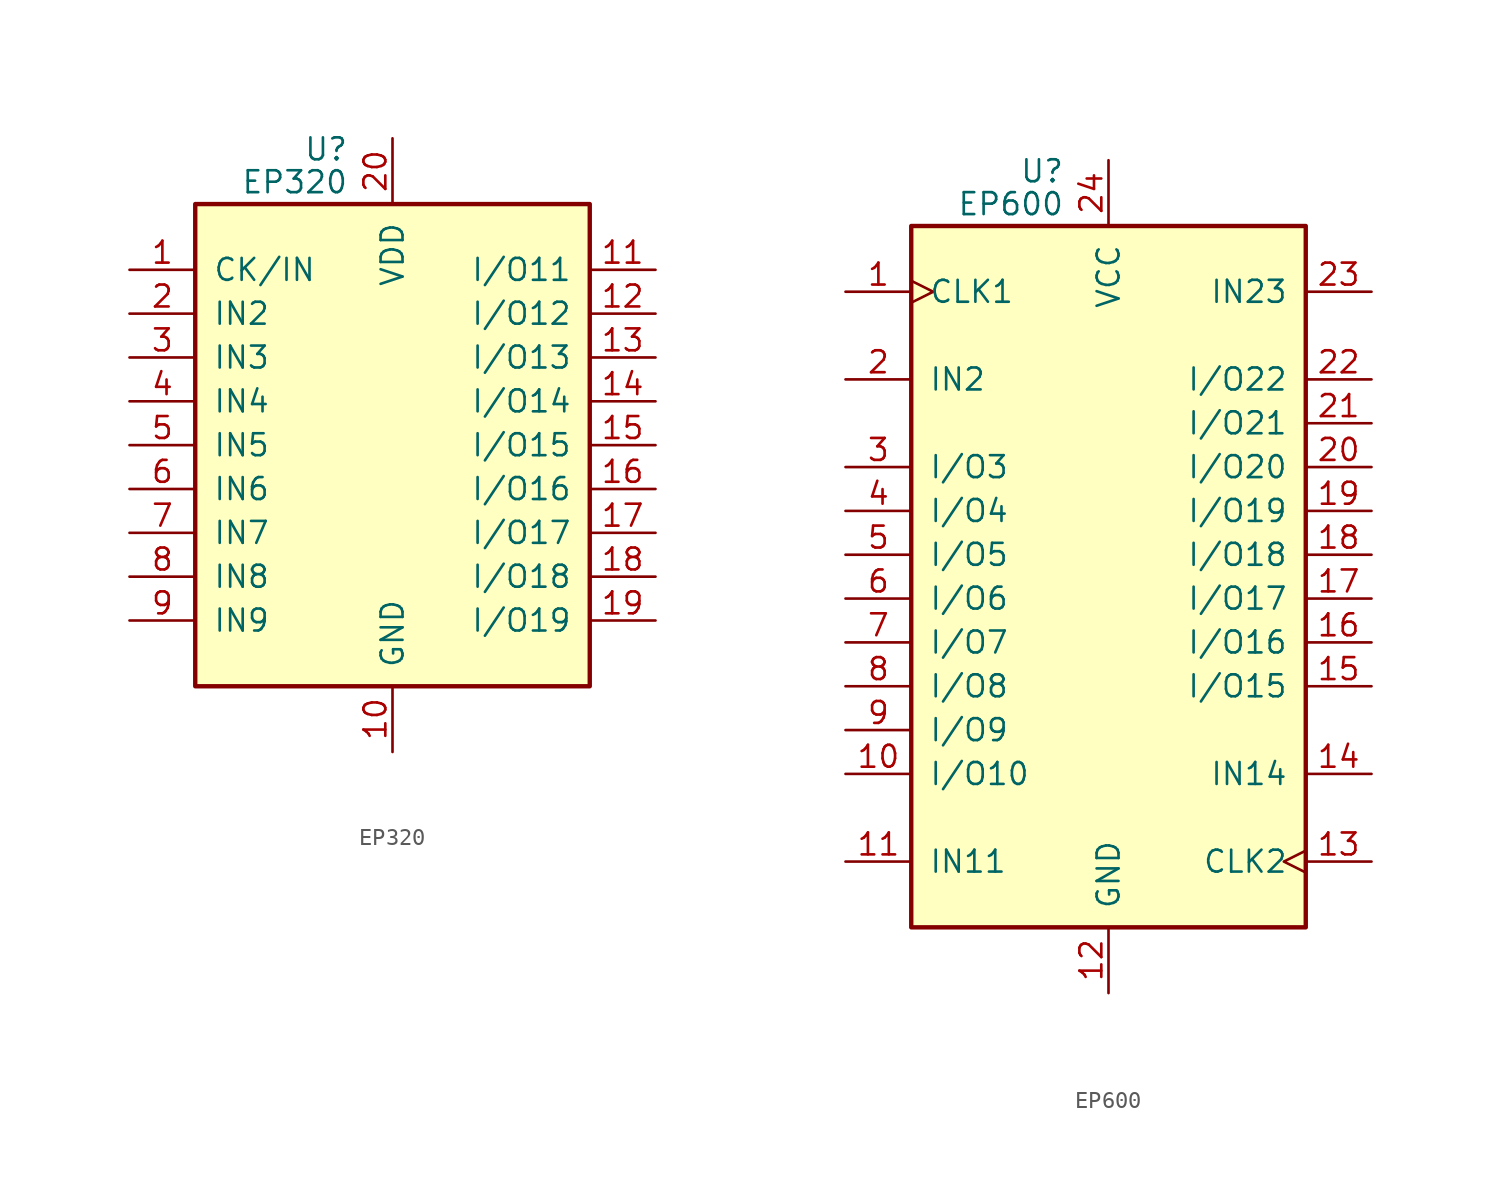
<source format=kicad_sym>
(kicad_symbol_lib
  (version 20211014)
  (generator kicad_symbol_editor)
  (symbol "EP320"
    (pin_names
      (offset 1.016))
    (property "Reference" "U"
      (at -2.54 17.145 0)
      (effects (font (size 1.27 1.27)) (justify right)))
    (property "Value" "EP320"
      (at -2.54 15.24 0)
      (effects (font (size 1.27 1.27)) (justify right)))
    (symbol "EP320_0_1"
      (rectangle (start -11.43 -13.97) (end 11.43 13.97) (stroke (width 0.254) (type default) (color 0 0 0 0)) (fill (type background))))
    (symbol "EP320_1_1"
      (pin input line (at -15.24 10.16 0) (length 3.81) (name "CK/IN" (effects (font (size 1.27 1.27)))) (number "1" (effects (font (size 1.27 1.27)))))
      (pin power_in line (at 0 -17.78 90) (length 3.81) (name "GND" (effects (font (size 1.27 1.27)))) (number "10" (effects (font (size 1.27 1.27)))))
      (pin bidirectional line (at 15.24 10.16 180) (length 3.81) (name "I/O11" (effects (font (size 1.27 1.27)))) (number "11" (effects (font (size 1.27 1.27)))))
      (pin bidirectional line (at 15.24 7.62 180) (length 3.81) (name "I/O12" (effects (font (size 1.27 1.27)))) (number "12" (effects (font (size 1.27 1.27)))))
      (pin bidirectional line (at 15.24 5.08 180) (length 3.81) (name "I/O13" (effects (font (size 1.27 1.27)))) (number "13" (effects (font (size 1.27 1.27)))))
      (pin bidirectional line (at 15.24 2.54 180) (length 3.81) (name "I/O14" (effects (font (size 1.27 1.27)))) (number "14" (effects (font (size 1.27 1.27)))))
      (pin bidirectional line (at 15.24 0 180) (length 3.81) (name "I/O15" (effects (font (size 1.27 1.27)))) (number "15" (effects (font (size 1.27 1.27)))))
      (pin bidirectional line (at 15.24 -2.54 180) (length 3.81) (name "I/O16" (effects (font (size 1.27 1.27)))) (number "16" (effects (font (size 1.27 1.27)))))
      (pin bidirectional line (at 15.24 -5.08 180) (length 3.81) (name "I/O17" (effects (font (size 1.27 1.27)))) (number "17" (effects (font (size 1.27 1.27)))))
      (pin bidirectional line (at 15.24 -7.62 180) (length 3.81) (name "I/O18" (effects (font (size 1.27 1.27)))) (number "18" (effects (font (size 1.27 1.27)))))
      (pin bidirectional line (at 15.24 -10.16 180) (length 3.81) (name "I/O19" (effects (font (size 1.27 1.27)))) (number "19" (effects (font (size 1.27 1.27)))))
      (pin input line (at -15.24 7.62 0) (length 3.81) (name "IN2" (effects (font (size 1.27 1.27)))) (number "2" (effects (font (size 1.27 1.27)))))
      (pin power_in line (at 0 17.78 270) (length 3.81) (name "VDD" (effects (font (size 1.27 1.27)))) (number "20" (effects (font (size 1.27 1.27)))))
      (pin input line (at -15.24 5.08 0) (length 3.81) (name "IN3" (effects (font (size 1.27 1.27)))) (number "3" (effects (font (size 1.27 1.27)))))
      (pin input line (at -15.24 2.54 0) (length 3.81) (name "IN4" (effects (font (size 1.27 1.27)))) (number "4" (effects (font (size 1.27 1.27)))))
      (pin input line (at -15.24 0 0) (length 3.81) (name "IN5" (effects (font (size 1.27 1.27)))) (number "5" (effects (font (size 1.27 1.27)))))
      (pin input line (at -15.24 -2.54 0) (length 3.81) (name "IN6" (effects (font (size 1.27 1.27)))) (number "6" (effects (font (size 1.27 1.27)))))
      (pin input line (at -15.24 -5.08 0) (length 3.81) (name "IN7" (effects (font (size 1.27 1.27)))) (number "7" (effects (font (size 1.27 1.27)))))
      (pin input line (at -15.24 -7.62 0) (length 3.81) (name "IN8" (effects (font (size 1.27 1.27)))) (number "8" (effects (font (size 1.27 1.27)))))
      (pin input line (at -15.24 -10.16 0) (length 3.81) (name "IN9" (effects (font (size 1.27 1.27)))) (number "9" (effects (font (size 1.27 1.27)))))))
  (symbol "EP600"
    (pin_names
      (offset 1.016))
    (property "Reference" "U"
      (at -2.54 24.765 0)
      (effects (font (size 1.27 1.27)) (justify right)))
    (property "Value" "EP600"
      (at -2.54 22.86 0)
      (effects (font (size 1.27 1.27)) (justify right)))
    (symbol "EP600_0_1"
      (rectangle (start -11.43 -19.05) (end 11.43 21.59) (stroke (width 0.254) (type default) (color 0 0 0 0)) (fill (type background))))
    (symbol "EP600_1_1"
      (pin input clock (at -15.24 17.78 0) (length 3.81) (name "CLK1" (effects (font (size 1.27 1.27)))) (number "1" (effects (font (size 1.27 1.27)))))
      (pin passive line (at -15.24 -10.16 0) (length 3.81) (name "I/O10" (effects (font (size 1.27 1.27)))) (number "10" (effects (font (size 1.27 1.27)))))
      (pin input line (at -15.24 -15.24 0) (length 3.81) (name "IN11" (effects (font (size 1.27 1.27)))) (number "11" (effects (font (size 1.27 1.27)))))
      (pin power_in line (at 0 -22.86 90) (length 3.81) (name "GND" (effects (font (size 1.27 1.27)))) (number "12" (effects (font (size 1.27 1.27)))))
      (pin input clock (at 15.24 -15.24 180) (length 3.81) (name "CLK2" (effects (font (size 1.27 1.27)))) (number "13" (effects (font (size 1.27 1.27)))))
      (pin input line (at 15.24 -10.16 180) (length 3.81) (name "IN14" (effects (font (size 1.27 1.27)))) (number "14" (effects (font (size 1.27 1.27)))))
      (pin passive line (at 15.24 -5.08 180) (length 3.81) (name "I/O15" (effects (font (size 1.27 1.27)))) (number "15" (effects (font (size 1.27 1.27)))))
      (pin passive line (at 15.24 -2.54 180) (length 3.81) (name "I/O16" (effects (font (size 1.27 1.27)))) (number "16" (effects (font (size 1.27 1.27)))))
      (pin passive line (at 15.24 0 180) (length 3.81) (name "I/O17" (effects (font (size 1.27 1.27)))) (number "17" (effects (font (size 1.27 1.27)))))
      (pin passive line (at 15.24 2.54 180) (length 3.81) (name "I/O18" (effects (font (size 1.27 1.27)))) (number "18" (effects (font (size 1.27 1.27)))))
      (pin passive line (at 15.24 5.08 180) (length 3.81) (name "I/O19" (effects (font (size 1.27 1.27)))) (number "19" (effects (font (size 1.27 1.27)))))
      (pin input line (at -15.24 12.7 0) (length 3.81) (name "IN2" (effects (font (size 1.27 1.27)))) (number "2" (effects (font (size 1.27 1.27)))))
      (pin passive line (at 15.24 7.62 180) (length 3.81) (name "I/O20" (effects (font (size 1.27 1.27)))) (number "20" (effects (font (size 1.27 1.27)))))
      (pin passive line (at 15.24 10.16 180) (length 3.81) (name "I/O21" (effects (font (size 1.27 1.27)))) (number "21" (effects (font (size 1.27 1.27)))))
      (pin passive line (at 15.24 12.7 180) (length 3.81) (name "I/O22" (effects (font (size 1.27 1.27)))) (number "22" (effects (font (size 1.27 1.27)))))
      (pin input line (at 15.24 17.78 180) (length 3.81) (name "IN23" (effects (font (size 1.27 1.27)))) (number "23" (effects (font (size 1.27 1.27)))))
      (pin power_in line (at 0 25.4 270) (length 3.81) (name "VCC" (effects (font (size 1.27 1.27)))) (number "24" (effects (font (size 1.27 1.27)))))
      (pin passive line (at -15.24 7.62 0) (length 3.81) (name "I/O3" (effects (font (size 1.27 1.27)))) (number "3" (effects (font (size 1.27 1.27)))))
      (pin passive line (at -15.24 5.08 0) (length 3.81) (name "I/O4" (effects (font (size 1.27 1.27)))) (number "4" (effects (font (size 1.27 1.27)))))
      (pin passive line (at -15.24 2.54 0) (length 3.81) (name "I/O5" (effects (font (size 1.27 1.27)))) (number "5" (effects (font (size 1.27 1.27)))))
      (pin passive line (at -15.24 0 0) (length 3.81) (name "I/O6" (effects (font (size 1.27 1.27)))) (number "6" (effects (font (size 1.27 1.27)))))
      (pin passive line (at -15.24 -2.54 0) (length 3.81) (name "I/O7" (effects (font (size 1.27 1.27)))) (number "7" (effects (font (size 1.27 1.27)))))
      (pin passive line (at -15.24 -5.08 0) (length 3.81) (name "I/O8" (effects (font (size 1.27 1.27)))) (number "8" (effects (font (size 1.27 1.27)))))
      (pin passive line (at -15.24 -7.62 0) (length 3.81) (name "I/O9" (effects (font (size 1.27 1.27)))) (number "9" (effects (font (size 1.27 1.27))))))))
</source>
